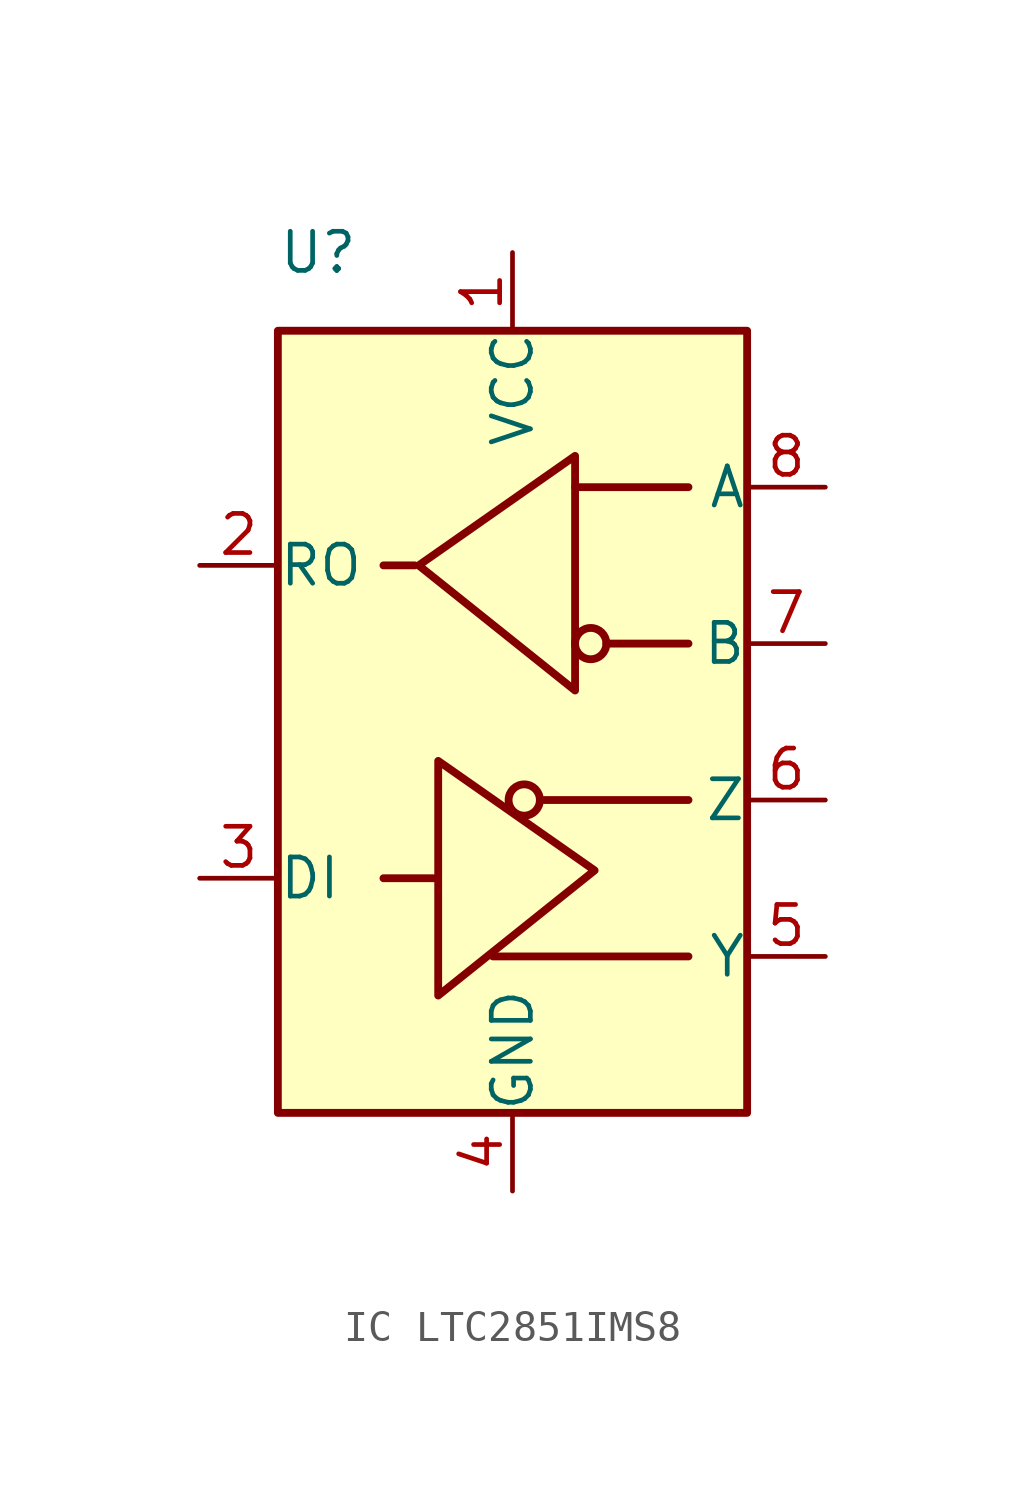
<source format=kicad_sym>
(kicad_symbol_lib
  (version 20241209)
  (generator "kicad_symbol_editor")
  (generator_version "9.0")
  (symbol "IC LTC2851IMS8"
    (pin_names
      (offset 0.002))
    (property "Reference" "U"
      (at -7.62 15.24 0)
      (effects (font (size 1.27 1.27)) (justify left)))
    (symbol "IC LTC2851IMS8_0_1"
      (rectangle (start -7.62 12.7) (end 7.62 -12.7) (stroke (width 0.254) (type default)) (fill (type background))))
    (symbol "IC LTC2851IMS8_1_1"
      (polyline (pts (xy -3.175 5.08) (xy -4.191 5.08) (xy -4.064 5.08)) (stroke (width 0.254) (type default)) (fill (type none)))
      (polyline (pts (xy -2.54 -5.08) (xy -4.191 -5.08)) (stroke (width 0.254) (type default)) (fill (type none)))
      (polyline (pts (xy -2.413 -5.08) (xy -2.413 -1.27) (xy 2.667 -4.826) (xy -2.413 -8.89) (xy -2.413 -5.08)) (stroke (width 0.254) (type default)) (fill (type none)))
      (polyline (pts (xy -0.635 -7.62) (xy 5.715 -7.62)) (stroke (width 0.254) (type default)) (fill (type none)))
      (circle (center 0.381 -2.54) (radius 0.508) (stroke (width 0.254) (type default)) (fill (type none)))
      (polyline (pts (xy 0.889 -2.54) (xy 5.715 -2.54)) (stroke (width 0.254) (type default)) (fill (type none)))
      (polyline (pts (xy 2.032 7.62) (xy 5.715 7.62)) (stroke (width 0.254) (type default)) (fill (type none)))
      (polyline (pts (xy 2.032 4.826) (xy 2.032 8.636) (xy -3.048 5.08) (xy 2.032 1.016) (xy 2.032 4.826)) (stroke (width 0.254) (type default)) (fill (type none)))
      (circle (center 2.54 2.54) (radius 0.508) (stroke (width 0.254) (type default)) (fill (type none)))
      (polyline (pts (xy 3.048 2.54) (xy 5.715 2.54)) (stroke (width 0.254) (type default)) (fill (type none)))
      (pin output line (at -10.16 5.08 0) (length 2.54) (name "RO" (effects (font (size 1.27 1.27)))) (number "2" (effects (font (size 1.27 1.27)))))
      (pin input line (at -10.16 -5.08 0) (length 2.54) (name "DI" (effects (font (size 1.27 1.27)))) (number "3" (effects (font (size 1.27 1.27)))))
      (pin power_in line (at 0 15.24 270) (length 2.54) (name "VCC" (effects (font (size 1.27 1.27)))) (number "1" (effects (font (size 1.27 1.27)))))
      (pin power_in line (at 0 -15.24 90) (length 2.54) (name "GND" (effects (font (size 1.27 1.27)))) (number "4" (effects (font (size 1.27 1.27)))))
      (pin input line (at 10.16 7.62 180) (length 2.54) (name "A" (effects (font (size 1.27 1.27)))) (number "8" (effects (font (size 1.27 1.27)))))
      (pin input line (at 10.16 2.54 180) (length 2.54) (name "B" (effects (font (size 1.27 1.27)))) (number "7" (effects (font (size 1.27 1.27)))))
      (pin output line (at 10.16 -2.54 180) (length 2.54) (name "Z" (effects (font (size 1.27 1.27)))) (number "6" (effects (font (size 1.27 1.27)))))
      (pin output line (at 10.16 -7.62 180) (length 2.54) (name "Y" (effects (font (size 1.27 1.27)))) (number "5" (effects (font (size 1.27 1.27))))))))
</source>
